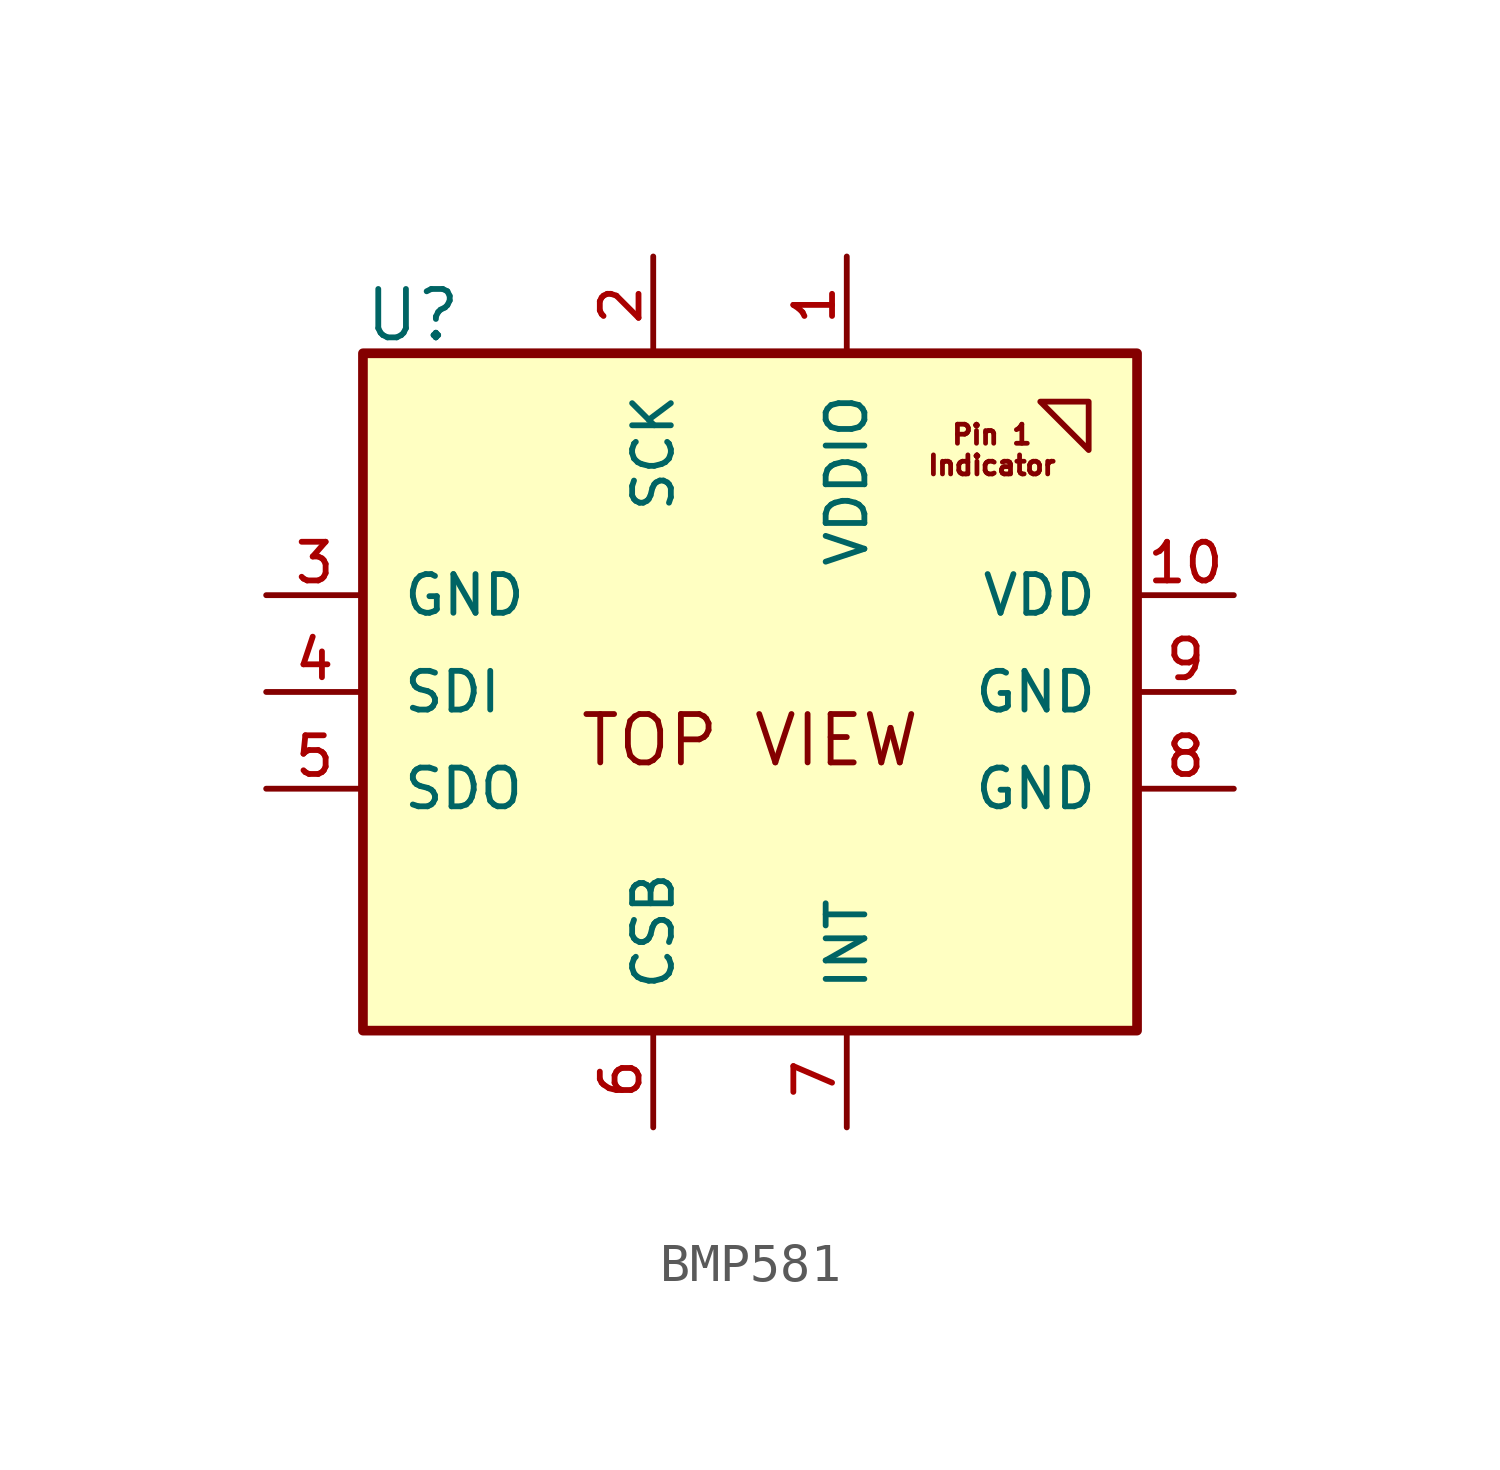
<source format=kicad_sym>
(kicad_symbol_lib
  (version 20220914)
  (generator kicad_symbol_editor)
  (symbol "BMP581"
    (pin_names
      (offset 1.016))
    (property "Reference" "U"
      (at -10.16 10.414 0)
      (effects (font (size 1.27 1.27)) (justify left bottom)))
    (property "Value" ""
      (at -10.16 -10.16 0)
      (effects (font (size 1.27 1.27)) (justify left bottom)))
    (symbol "BMP581_0_0"
      (rectangle (start -10.16 10.16) (end 10.16 -7.62) (stroke (width 0.254) (type default)) (fill (type background)))
      (pin power_in line (at 2.54 12.7 270) (length 2.54) (name "VDDIO" (effects (font (size 1.016 1.016)))) (number "1" (effects (font (size 1.016 1.016)))))
      (pin power_in line (at 12.7 3.81 180) (length 2.54) (name "VDD" (effects (font (size 1.016 1.016)))) (number "10" (effects (font (size 1.016 1.016)))))
      (pin power_in line (at -12.7 3.81 0) (length 2.54) (name "GND" (effects (font (size 1.016 1.016)))) (number "3" (effects (font (size 1.016 1.016)))))
      (pin input line (at -2.54 -10.16 90) (length 2.54) (name "CSB" (effects (font (size 1.016 1.016)))) (number "6" (effects (font (size 1.016 1.016)))))
      (pin output line (at 2.54 -10.16 90) (length 2.54) (name "INT" (effects (font (size 1.016 1.016)))) (number "7" (effects (font (size 1.016 1.016)))))
      (pin power_in line (at 12.7 -1.27 180) (length 2.54) (name "GND" (effects (font (size 1.016 1.016)))) (number "8" (effects (font (size 1.016 1.016)))))
      (pin power_in line (at 12.7 1.27 180) (length 2.54) (name "GND" (effects (font (size 1.016 1.016)))) (number "9" (effects (font (size 1.016 1.016))))))
    (symbol "BMP581_1_0"
      (pin input line (at -2.54 12.7 270) (length 2.54) (name "SCK" (effects (font (size 1.016 1.016)))) (number "2" (effects (font (size 1.016 1.016)))))
      (pin bidirectional line (at -12.7 1.27 0) (length 2.54) (name "SDI" (effects (font (size 1.016 1.016)))) (number "4" (effects (font (size 1.016 1.016)))))
      (pin bidirectional line (at -12.7 -1.27 0) (length 2.54) (name "SDO" (effects (font (size 1.016 1.016)))) (number "5" (effects (font (size 1.016 1.016))))))
    (symbol "BMP581_1_1"
      (polyline (pts (xy 7.62 8.89) (xy 8.89 8.89) (xy 8.89 7.62) (xy 7.62 8.89)) (stroke (width 0) (type default)) (fill (type none)))
      (text "Pin 1\nIndicator" (at 6.35 7.62 0) (effects (font (size 0.5 0.5))))
      (text "TOP VIEW" (at 0 0 0) (effects (font (size 1.27 1.27)))))))
</source>
